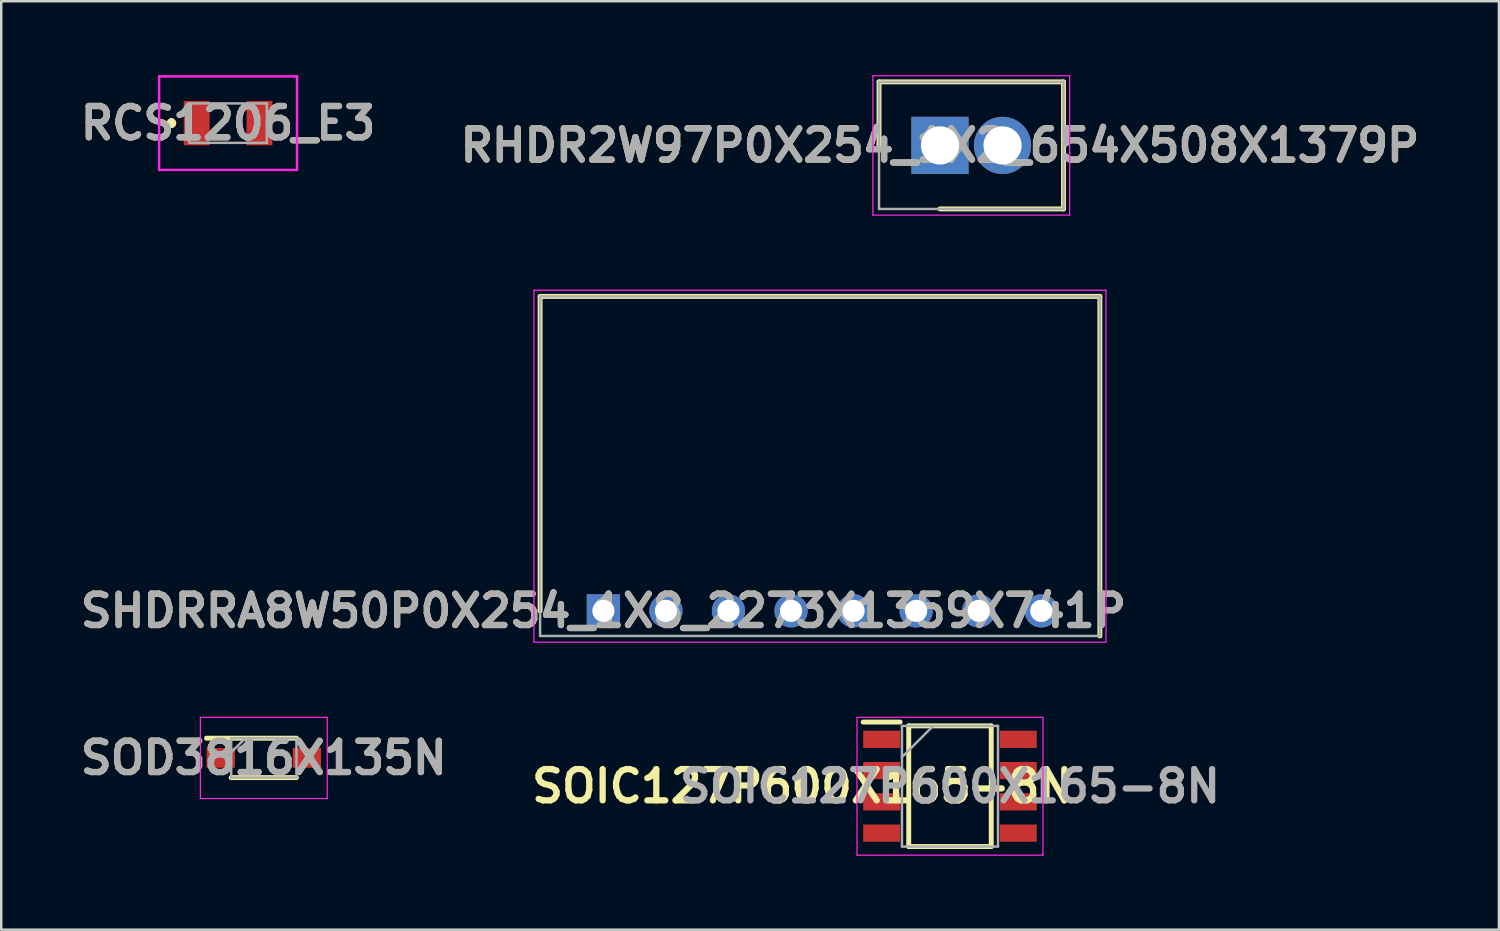
<source format=kicad_pcb>
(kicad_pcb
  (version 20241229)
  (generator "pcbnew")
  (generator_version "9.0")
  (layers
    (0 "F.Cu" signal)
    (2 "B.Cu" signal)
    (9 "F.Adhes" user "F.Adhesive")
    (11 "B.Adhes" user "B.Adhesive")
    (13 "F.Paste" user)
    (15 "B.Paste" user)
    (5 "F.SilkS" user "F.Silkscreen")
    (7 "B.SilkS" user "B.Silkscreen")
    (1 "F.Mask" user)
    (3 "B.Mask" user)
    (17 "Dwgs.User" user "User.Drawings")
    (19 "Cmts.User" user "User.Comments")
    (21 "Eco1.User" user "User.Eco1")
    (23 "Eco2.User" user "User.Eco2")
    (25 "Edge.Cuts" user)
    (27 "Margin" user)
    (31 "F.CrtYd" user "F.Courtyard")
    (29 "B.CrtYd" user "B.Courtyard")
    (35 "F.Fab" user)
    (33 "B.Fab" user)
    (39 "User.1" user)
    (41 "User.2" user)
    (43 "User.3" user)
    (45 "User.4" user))
  (footprint "SOD3816X135N"
    (layer "F.Cu")
    (at 7.662 27.725)
    (property "Reference" "SOD3816X135N" (at 0 0 0) (layer "F.SilkS") (effects (font (size 1.27 1.27) (thickness 0.254))))
    (attr smd)
    (fp_line (start -2.325 -0.8) (end 1.325 -0.8) (stroke (width 0.2) (type solid)) (layer "F.SilkS"))
    (fp_line (start -1.325 0.8) (end 1.325 0.8) (stroke (width 0.2) (type solid)) (layer "F.SilkS"))
    (fp_line (start -2.575 -1.65) (end 2.575 -1.65) (stroke (width 0.05) (type solid)) (layer "F.CrtYd"))
    (fp_line (start -2.575 1.65) (end -2.575 -1.65) (stroke (width 0.05) (type solid)) (layer "F.CrtYd"))
    (fp_line (start 2.575 -1.65) (end 2.575 1.65) (stroke (width 0.05) (type solid)) (layer "F.CrtYd"))
    (fp_line (start 2.575 1.65) (end -2.575 1.65) (stroke (width 0.05) (type solid)) (layer "F.CrtYd"))
    (fp_line (start -1.325 -0.8) (end 1.325 -0.8) (stroke (width 0.1) (type solid)) (layer "F.Fab"))
    (fp_line (start -1.325 -0.225) (end -0.75 -0.8) (stroke (width 0.1) (type solid)) (layer "F.Fab"))
    (fp_line (start -1.325 0.8) (end -1.325 -0.8) (stroke (width 0.1) (type solid)) (layer "F.Fab"))
    (fp_line (start 1.325 -0.8) (end 1.325 0.8) (stroke (width 0.1) (type solid)) (layer "F.Fab"))
    (fp_line (start 1.325 0.8) (end -1.325 0.8) (stroke (width 0.1) (type solid)) (layer "F.Fab"))
    (fp_text user "${REFERENCE}" (at 0 0 0) (layer "F.Fab") (effects (font (size 1.27 1.27) (thickness 0.254))))
    (pad "1" smd rect (at -1.75 0 90) (size 0.8 1.15) (layers "F.Cu" "F.Mask" "F.Paste"))
    (pad "2" smd rect (at 1.75 0 90) (size 0.8 1.15) (layers "F.Cu" "F.Mask" "F.Paste")))
  (footprint "SOIC127P600X165-8N"
    (layer "F.Cu")
    (at 35.525 28.875)
    (property "Reference" "SOIC127P600X165-8N" (at -6 0 0) (layer "F.SilkS") (effects (font (size 1.27 1.27) (thickness 0.254))))
    (attr smd)
    (fp_line (start -3.525 -2.605) (end -2.025 -2.605) (stroke (width 0.2) (type solid)) (layer "F.SilkS"))
    (fp_line (start -1.675 -2.45) (end 1.675 -2.45) (stroke (width 0.2) (type solid)) (layer "F.SilkS"))
    (fp_line (start -1.675 2.45) (end -1.675 -2.45) (stroke (width 0.2) (type solid)) (layer "F.SilkS"))
    (fp_line (start 1.675 -2.45) (end 1.675 2.45) (stroke (width 0.2) (type solid)) (layer "F.SilkS"))
    (fp_line (start 1.675 2.45) (end -1.675 2.45) (stroke (width 0.2) (type solid)) (layer "F.SilkS"))
    (fp_line (start -3.775 -2.8) (end 3.775 -2.8) (stroke (width 0.05) (type solid)) (layer "F.CrtYd"))
    (fp_line (start -3.775 2.8) (end -3.775 -2.8) (stroke (width 0.05) (type solid)) (layer "F.CrtYd"))
    (fp_line (start 3.775 -2.8) (end 3.775 2.8) (stroke (width 0.05) (type solid)) (layer "F.CrtYd"))
    (fp_line (start 3.775 2.8) (end -3.775 2.8) (stroke (width 0.05) (type solid)) (layer "F.CrtYd"))
    (fp_line (start -1.95 -2.45) (end 1.95 -2.45) (stroke (width 0.1) (type solid)) (layer "F.Fab"))
    (fp_line (start -1.95 -1.18) (end -0.68 -2.45) (stroke (width 0.1) (type solid)) (layer "F.Fab"))
    (fp_line (start -1.95 2.45) (end -1.95 -2.45) (stroke (width 0.1) (type solid)) (layer "F.Fab"))
    (fp_line (start 1.95 -2.45) (end 1.95 2.45) (stroke (width 0.1) (type solid)) (layer "F.Fab"))
    (fp_line (start 1.95 2.45) (end -1.95 2.45) (stroke (width 0.1) (type solid)) (layer "F.Fab"))
    (fp_text user "${REFERENCE}" (at 0 0 0) (layer "F.Fab") (effects (font (size 1.27 1.27) (thickness 0.254))))
    (pad "1" smd rect (at -2.775 -1.905 90) (size 0.7 1.5) (layers "F.Cu" "F.Mask" "F.Paste"))
    (pad "2" smd rect (at -2.775 -0.635 90) (size 0.7 1.5) (layers "F.Cu" "F.Mask" "F.Paste"))
    (pad "3" smd rect (at -2.775 0.635 90) (size 0.7 1.5) (layers "F.Cu" "F.Mask" "F.Paste"))
    (pad "4" smd rect (at -2.775 1.905 90) (size 0.7 1.5) (layers "F.Cu" "F.Mask" "F.Paste"))
    (pad "5" smd rect (at 2.775 1.905 90) (size 0.7 1.5) (layers "F.Cu" "F.Mask" "F.Paste"))
    (pad "6" smd rect (at 2.775 0.635 90) (size 0.7 1.5) (layers "F.Cu" "F.Mask" "F.Paste"))
    (pad "7" smd rect (at 2.775 -0.635 90) (size 0.7 1.5) (layers "F.Cu" "F.Mask" "F.Paste"))
    (pad "8" smd rect (at 2.775 -1.905 90) (size 0.7 1.5) (layers "F.Cu" "F.Mask" "F.Paste")))
  (footprint "RCS1206_E3"
    (layer "F.Cu")
    (at 6.211 1.95)
    (property "Reference" "RCS1206_E3" (at 0 0 0) (layer "F.SilkS") (effects (font (size 1.27 1.27) (thickness 0.254))))
    (attr smd)
    (fp_line (start -2.3 -0.1) (end -2.3 -0.1) (stroke (width 0.2) (type solid)) (layer "F.SilkS"))
    (fp_line (start -2.3 0.1) (end -2.3 0.1) (stroke (width 0.2) (type solid)) (layer "F.SilkS"))
    (fp_arc (start -2.3 -0.1) (mid -2.2 0) (end -2.3 0.1) (stroke (width 0.2) (type solid)) (layer "F.SilkS"))
    (fp_arc (start -2.3 0.1) (mid -2.4 0) (end -2.3 -0.1) (stroke (width 0.2) (type solid)) (layer "F.SilkS"))
    (fp_line (start -2.8 -1.9) (end 2.8 -1.9) (stroke (width 0.1) (type solid)) (layer "F.CrtYd"))
    (fp_line (start -2.8 1.9) (end -2.8 -1.9) (stroke (width 0.1) (type solid)) (layer "F.CrtYd"))
    (fp_line (start 2.8 -1.9) (end 2.8 1.9) (stroke (width 0.1) (type solid)) (layer "F.CrtYd"))
    (fp_line (start 2.8 1.9) (end -2.8 1.9) (stroke (width 0.1) (type solid)) (layer "F.CrtYd"))
    (fp_line (start -1.575 -0.8) (end 1.575 -0.8) (stroke (width 0.1) (type solid)) (layer "F.Fab"))
    (fp_line (start -1.575 0.8) (end -1.575 -0.8) (stroke (width 0.1) (type solid)) (layer "F.Fab"))
    (fp_line (start 1.575 -0.8) (end 1.575 0.8) (stroke (width 0.1) (type solid)) (layer "F.Fab"))
    (fp_line (start 1.575 0.8) (end -1.575 0.8) (stroke (width 0.1) (type solid)) (layer "F.Fab"))
    (fp_text user "${REFERENCE}" (at 0 0 0) (layer "F.Fab") (effects (font (size 1.27 1.27) (thickness 0.254))))
    (pad "1" smd rect (at -1.275 0) (size 1.05 1.8) (layers "F.Cu" "F.Mask" "F.Paste"))
    (pad "2" smd rect (at 1.275 0) (size 1.05 1.8) (layers "F.Cu" "F.Mask" "F.Paste")))
  (footprint "SHDRRA8W50P0X254_1X8_2273X1359X741P"
    (layer "F.Cu")
    (at 21.451 21.755)
    (property "Reference" "SHDRRA8W50P0X254_1X8_2273X1359X741P" (at 0 0 0) (layer "F.SilkS") (effects (font (size 1.27 1.27) (thickness 0.254))))
    (attr through_hole)
    (fp_line (start -2.57 -12.77) (end 20.16 -12.77) (stroke (width 0.2) (type solid)) (layer "F.SilkS"))
    (fp_line (start -2.57 0) (end -2.57 -12.77) (stroke (width 0.2) (type solid)) (layer "F.SilkS"))
    (fp_line (start 20.16 -12.77) (end 20.16 1.02) (stroke (width 0.2) (type solid)) (layer "F.SilkS"))
    (fp_line (start -2.82 -13.02) (end -2.82 1.27) (stroke (width 0.05) (type solid)) (layer "F.CrtYd"))
    (fp_line (start -2.82 1.27) (end 20.41 1.27) (stroke (width 0.05) (type solid)) (layer "F.CrtYd"))
    (fp_line (start 20.41 -13.02) (end -2.82 -13.02) (stroke (width 0.05) (type solid)) (layer "F.CrtYd"))
    (fp_line (start 20.41 1.27) (end 20.41 -13.02) (stroke (width 0.05) (type solid)) (layer "F.CrtYd"))
    (fp_line (start -2.57 -12.77) (end 20.16 -12.77) (stroke (width 0.1) (type solid)) (layer "F.Fab"))
    (fp_line (start -2.57 1.02) (end -2.57 -12.77) (stroke (width 0.1) (type solid)) (layer "F.Fab"))
    (fp_line (start 20.16 -12.77) (end 20.16 1.02) (stroke (width 0.1) (type solid)) (layer "F.Fab"))
    (fp_line (start 20.16 1.02) (end -2.57 1.02) (stroke (width 0.1) (type solid)) (layer "F.Fab"))
    (fp_text user "${REFERENCE}" (at 0 0 0) (layer "F.Fab") (effects (font (size 1.27 1.27) (thickness 0.254))))
    (pad "1" thru_hole rect (at 0 0) (size 1.35 1.35) (drill 0.9) (layers "*.Cu" "*.Mask"))
    (pad "2" thru_hole circle (at 2.54 0) (size 1.35 1.35) (drill 0.9) (layers "*.Cu" "*.Mask"))
    (pad "3" thru_hole circle (at 5.08 0) (size 1.35 1.35) (drill 0.9) (layers "*.Cu" "*.Mask"))
    (pad "4" thru_hole circle (at 7.62 0) (size 1.35 1.35) (drill 0.9) (layers "*.Cu" "*.Mask"))
    (pad "5" thru_hole circle (at 10.16 0) (size 1.35 1.35) (drill 0.9) (layers "*.Cu" "*.Mask"))
    (pad "6" thru_hole circle (at 12.7 0) (size 1.35 1.35) (drill 0.9) (layers "*.Cu" "*.Mask"))
    (pad "7" thru_hole circle (at 15.24 0) (size 1.35 1.35) (drill 0.9) (layers "*.Cu" "*.Mask"))
    (pad "8" thru_hole circle (at 17.78 0) (size 1.35 1.35) (drill 0.9) (layers "*.Cu" "*.Mask")))
  (footprint "RHDR2W97P0X254_1X2_654X508X1379P"
    (layer "F.Cu")
    (at 35.119 2.855)
    (property "Reference" "RHDR2W97P0X254_1X2_654X508X1379P" (at 0 0 0) (layer "F.SilkS") (effects (font (size 1.27 1.27) (thickness 0.254))))
    (attr through_hole)
    (fp_line (start -2.475 -2.58) (end -2.475 0) (stroke (width 0.2) (type solid)) (layer "F.SilkS"))
    (fp_line (start 0 2.58) (end 5.015 2.58) (stroke (width 0.2) (type solid)) (layer "F.SilkS"))
    (fp_line (start 5.015 -2.58) (end -2.475 -2.58) (stroke (width 0.2) (type solid)) (layer "F.SilkS"))
    (fp_line (start 5.015 2.58) (end 5.015 -2.58) (stroke (width 0.2) (type solid)) (layer "F.SilkS"))
    (fp_line (start -2.725 -2.83) (end 5.265 -2.83) (stroke (width 0.05) (type solid)) (layer "F.CrtYd"))
    (fp_line (start -2.725 2.83) (end -2.725 -2.83) (stroke (width 0.05) (type solid)) (layer "F.CrtYd"))
    (fp_line (start 5.265 -2.83) (end 5.265 2.83) (stroke (width 0.05) (type solid)) (layer "F.CrtYd"))
    (fp_line (start 5.265 2.83) (end -2.725 2.83) (stroke (width 0.05) (type solid)) (layer "F.CrtYd"))
    (fp_line (start -2.475 -2.58) (end 5.015 -2.58) (stroke (width 0.1) (type solid)) (layer "F.Fab"))
    (fp_line (start -2.475 2.58) (end -2.475 -2.58) (stroke (width 0.1) (type solid)) (layer "F.Fab"))
    (fp_line (start 5.015 -2.58) (end 5.015 2.58) (stroke (width 0.1) (type solid)) (layer "F.Fab"))
    (fp_line (start 5.015 2.58) (end -2.475 2.58) (stroke (width 0.1) (type solid)) (layer "F.Fab"))
    (fp_text user "${REFERENCE}" (at 0 0 0) (layer "F.Fab") (effects (font (size 1.27 1.27) (thickness 0.254))))
    (pad "1" thru_hole rect (at 0 0) (size 2.325 2.325) (drill 1.55) (layers "*.Cu" "*.Mask"))
    (pad "2" thru_hole circle (at 2.54 0) (size 2.325 2.325) (drill 1.55) (layers "*.Cu" "*.Mask")))
  (gr_rect
    (start -3 -3)
    (end 57.816 34.7)
    (stroke (width 0.1) (type default))
    (fill no)
    (layer "Edge.Cuts")))
</source>
